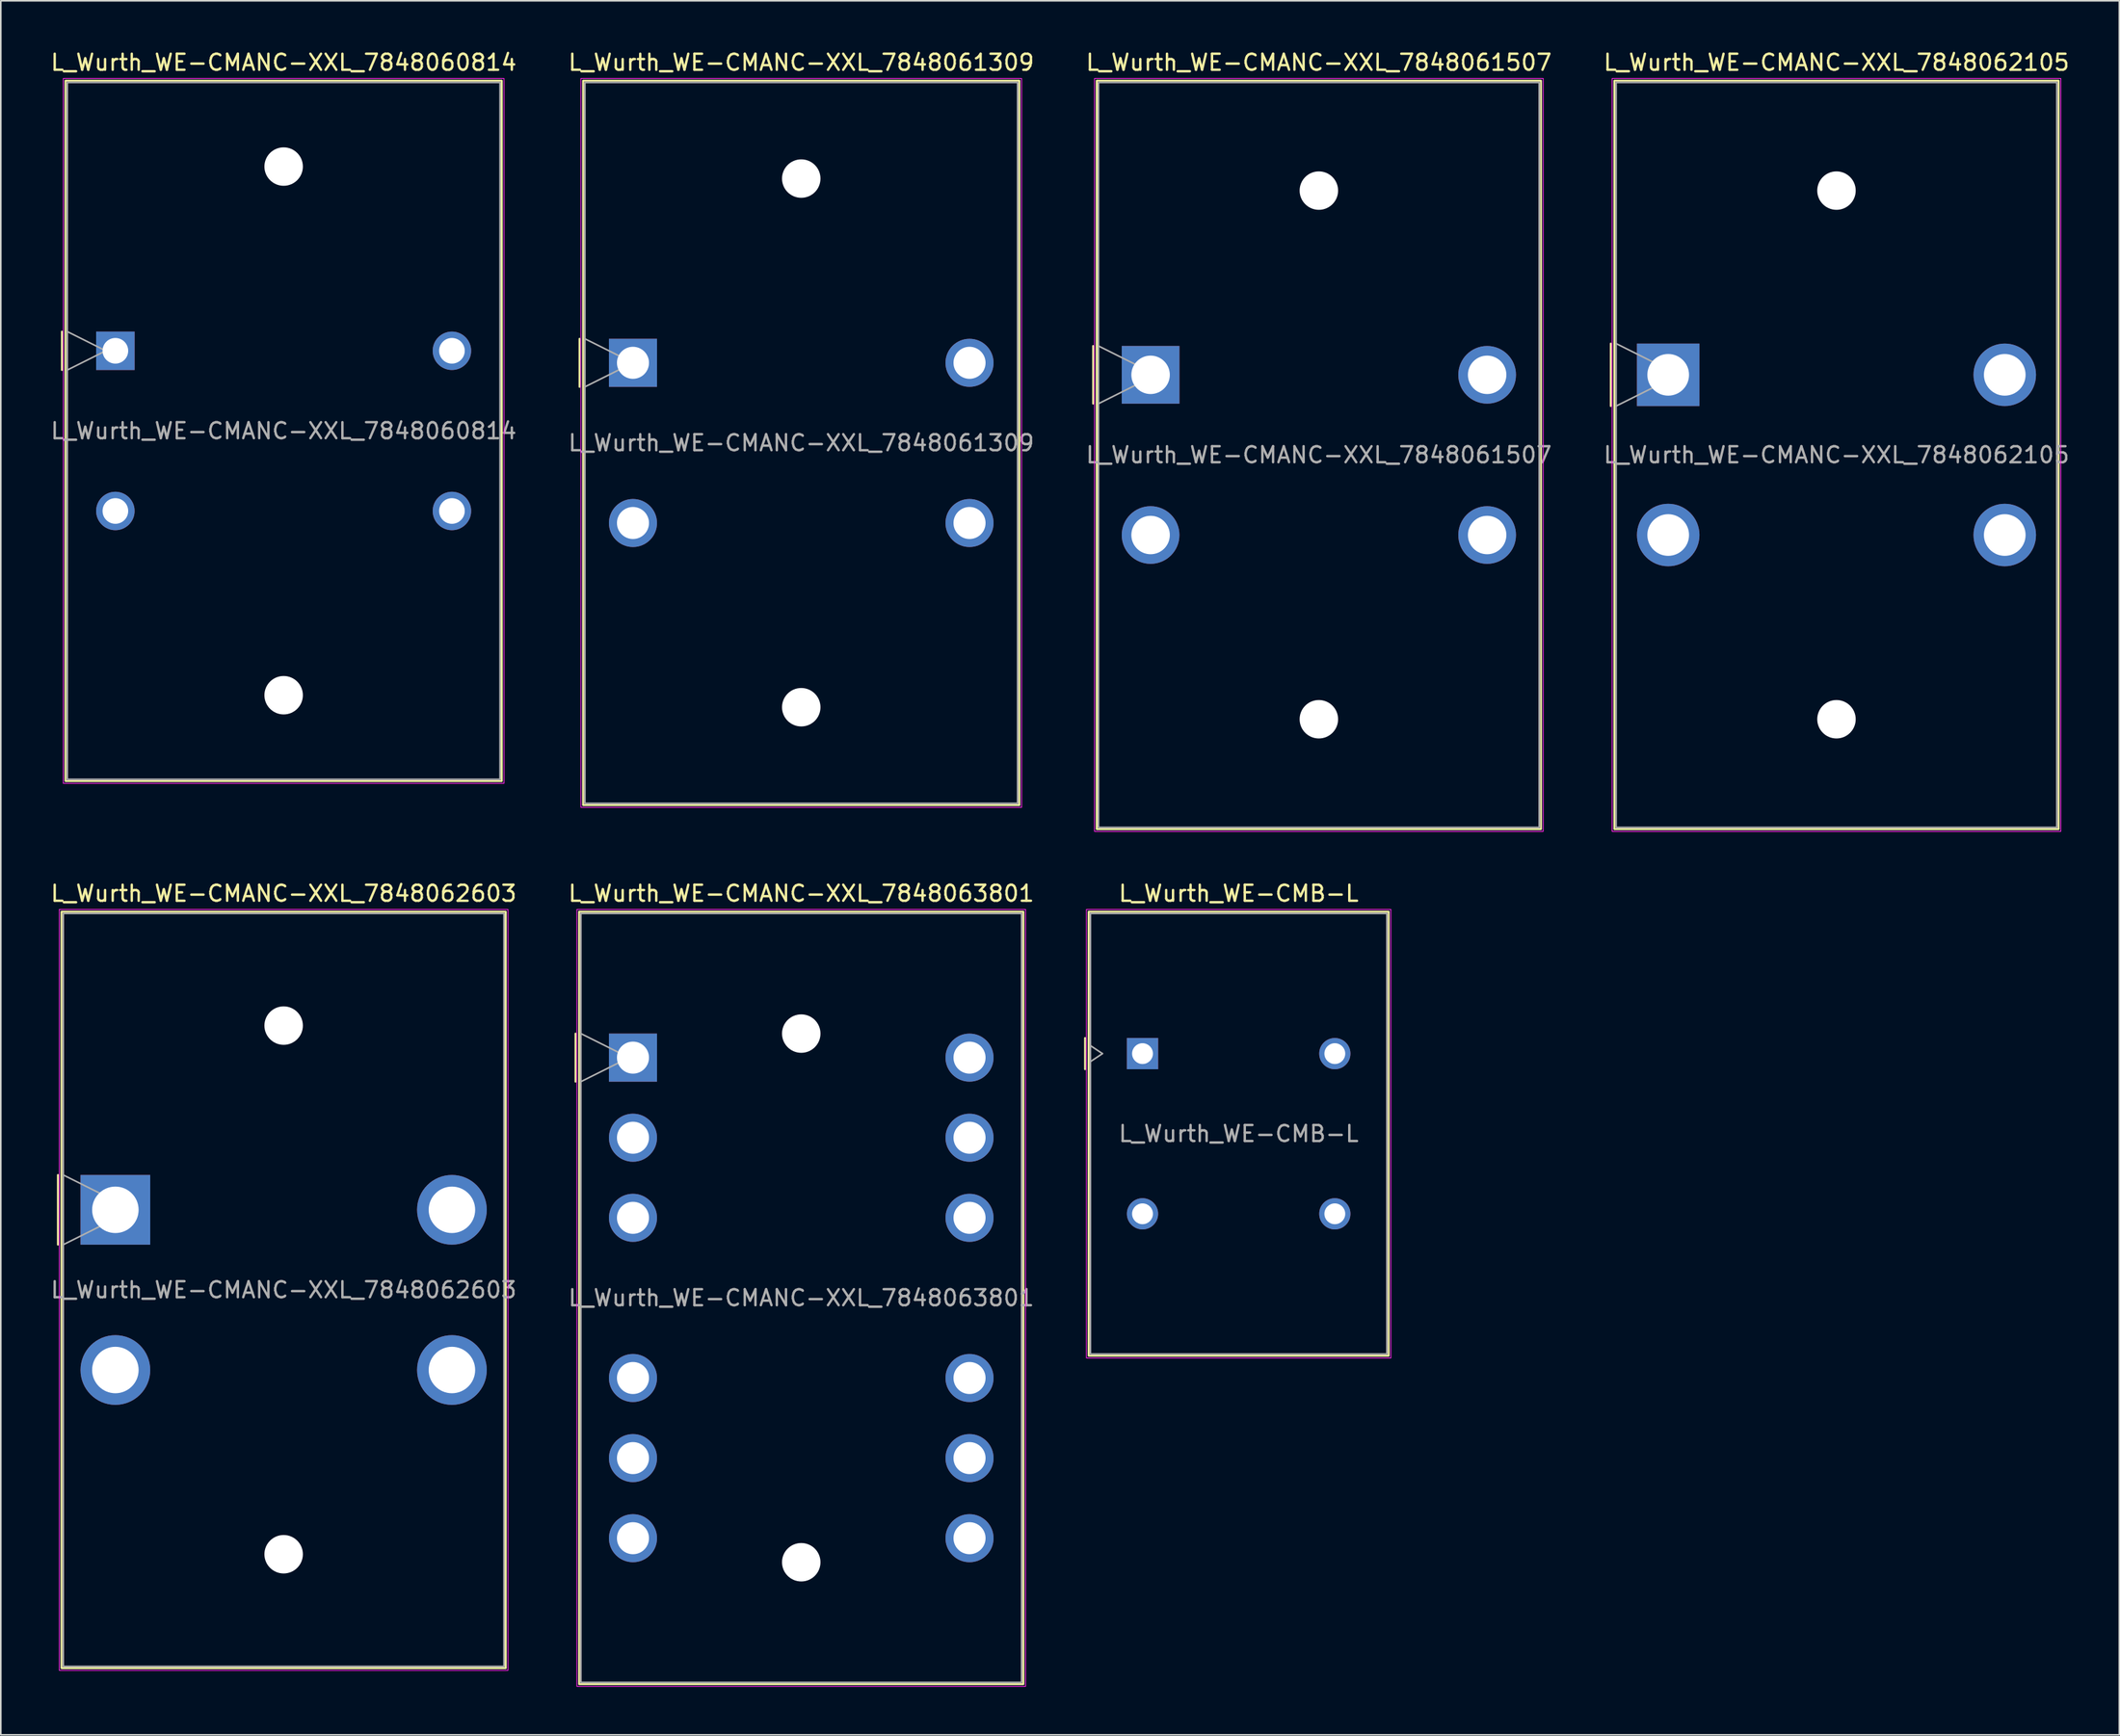
<source format=kicad_pcb>
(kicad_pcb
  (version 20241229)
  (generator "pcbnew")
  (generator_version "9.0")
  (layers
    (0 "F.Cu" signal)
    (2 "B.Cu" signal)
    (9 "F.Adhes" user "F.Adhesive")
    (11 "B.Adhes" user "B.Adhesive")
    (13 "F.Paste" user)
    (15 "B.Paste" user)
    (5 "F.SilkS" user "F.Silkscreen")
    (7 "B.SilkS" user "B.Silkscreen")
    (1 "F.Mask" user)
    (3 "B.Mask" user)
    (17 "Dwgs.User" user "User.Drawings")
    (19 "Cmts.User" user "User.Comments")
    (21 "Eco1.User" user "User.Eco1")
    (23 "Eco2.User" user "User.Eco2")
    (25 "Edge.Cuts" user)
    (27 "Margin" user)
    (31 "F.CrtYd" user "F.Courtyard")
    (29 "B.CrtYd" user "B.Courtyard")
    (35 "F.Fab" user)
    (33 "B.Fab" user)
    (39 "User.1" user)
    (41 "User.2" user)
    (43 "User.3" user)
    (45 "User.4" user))
  (footprint "L_Wurth_WE-CMANC-XXL_7848063801"
    (layer "F.Cu")
    (at 36.446 62.971)
    (property "Reference" "L_Wurth_WE-CMANC-XXL_7848063801" (at 10.5 -10.25 0) (unlocked yes) (layer "F.SilkS") (effects (font (size 1 1) (thickness 0.15))))
    (attr through_hole)
    (fp_line (start -3.585 -1.5) (end -3.585 1.5) (stroke (width 0.12) (type solid)) (layer "F.SilkS"))
    (fp_rect (start -3.36 -9.11) (end 24.36 39.11) (stroke (width 0.12) (type solid)) (fill no) (layer "F.SilkS"))
    (fp_rect (start -3.5 -9.25) (end 24.5 39.25) (stroke (width 0.05) (type solid)) (fill no) (layer "F.CrtYd"))
    (fp_line (start -3.25 -1.5) (end -0.25 0) (stroke (width 0.1) (type solid)) (layer "F.Fab"))
    (fp_line (start -3.25 1.5) (end -0.25 0) (stroke (width 0.1) (type solid)) (layer "F.Fab"))
    (fp_rect (start -3.25 -9) (end 24.25 39) (stroke (width 0.1) (type solid)) (fill no) (layer "F.Fab"))
    (fp_text user "${REFERENCE}" (at 10.5 15 0) (unlocked yes) (layer "F.Fab") (effects (font (size 1 1) (thickness 0.15))))
    (pad "" np_thru_hole circle (at 10.5 -1.5) (size 2.4 2.4) (drill 2.4) (layers "*.Cu" "*.Mask"))
    (pad "" np_thru_hole circle (at 10.5 31.5) (size 2.4 2.4) (drill 2.4) (layers "*.Cu" "*.Mask"))
    (pad "1" thru_hole rect (at 0 0) (size 3 3) (drill 2) (layers "*.Cu" "*.Mask"))
    (pad "2" thru_hole circle (at 0 5) (size 3 3) (drill 2) (layers "*.Cu" "*.Mask"))
    (pad "3" thru_hole circle (at 0 10) (size 3 3) (drill 2) (layers "*.Cu" "*.Mask"))
    (pad "4" thru_hole circle (at 0 20) (size 3 3) (drill 2) (layers "*.Cu" "*.Mask"))
    (pad "5.0" thru_hole circle (at 0 25) (size 3 3) (drill 2) (layers "*.Cu" "*.Mask"))
    (pad "6.0" thru_hole circle (at 0 30) (size 3 3) (drill 2) (layers "*.Cu" "*.Mask"))
    (pad "7.0" thru_hole circle (at 21 30) (size 3 3) (drill 2) (layers "*.Cu" "*.Mask"))
    (pad "8.0" thru_hole circle (at 21 25) (size 3 3) (drill 2) (layers "*.Cu" "*.Mask"))
    (pad "9.0" thru_hole circle (at 21 20) (size 3 3) (drill 2) (layers "*.Cu" "*.Mask"))
    (pad "10.0" thru_hole circle (at 21 10) (size 3 3) (drill 2) (layers "*.Cu" "*.Mask"))
    (pad "11.0" thru_hole circle (at 21 5) (size 3 3) (drill 2) (layers "*.Cu" "*.Mask"))
    (pad "12.0" thru_hole circle (at 21 0) (size 3 3) (drill 2) (layers "*.Cu" "*.Mask")))
  (footprint "L_Wurth_WE-CMB-L"
    (layer "F.Cu")
    (at 68.24 62.721)
    (property "Reference" "L_Wurth_WE-CMB-L" (at 6 -10 0) (unlocked yes) (layer "F.SilkS") (effects (font (size 1 1) (thickness 0.15))))
    (attr through_hole)
    (fp_line (start -3.585 -0.975) (end -3.585 0.975) (stroke (width 0.12) (type solid)) (layer "F.SilkS"))
    (fp_rect (start -3.36 -8.86) (end 15.36 18.86) (stroke (width 0.12) (type solid)) (fill no) (layer "F.SilkS"))
    (fp_rect (start -3.5 -9) (end 15.5 19) (stroke (width 0.05) (type solid)) (fill no) (layer "F.CrtYd"))
    (fp_line (start -3.25 -0.5) (end -2.5 0) (stroke (width 0.1) (type solid)) (layer "F.Fab"))
    (fp_line (start -2.5 0) (end -3.25 0.5) (stroke (width 0.1) (type solid)) (layer "F.Fab"))
    (fp_rect (start -3.25 -8.75) (end 15.25 18.75) (stroke (width 0.1) (type solid)) (fill no) (layer "F.Fab"))
    (fp_text user "${REFERENCE}" (at 6 5 0) (unlocked yes) (layer "F.Fab") (effects (font (size 1 1) (thickness 0.15))))
    (pad "1" thru_hole rect (at 0 0) (size 1.95 1.95) (drill 1.3) (layers "*.Cu" "*.Mask"))
    (pad "2" thru_hole circle (at 0 10) (size 1.95 1.95) (drill 1.3) (layers "*.Cu" "*.Mask"))
    (pad "3" thru_hole circle (at 12 10) (size 1.95 1.95) (drill 1.3) (layers "*.Cu" "*.Mask"))
    (pad "4" thru_hole circle (at 12 0) (size 1.95 1.95) (drill 1.3) (layers "*.Cu" "*.Mask")))
  (footprint "L_Wurth_WE-CMANC-XXL_7848061309"
    (layer "F.Cu")
    (at 36.446 19.598)
    (property "Reference" "L_Wurth_WE-CMANC-XXL_7848061309" (at 10.5 -18.75 0) (unlocked yes) (layer "F.SilkS") (effects (font (size 1 1) (thickness 0.15))))
    (attr through_hole)
    (fp_line (start -3.335 -1.5) (end -3.335 1.5) (stroke (width 0.12) (type solid)) (layer "F.SilkS"))
    (fp_rect (start -3.11 -17.61) (end 24.11 27.61) (stroke (width 0.12) (type solid)) (fill no) (layer "F.SilkS"))
    (fp_rect (start -3.25 -17.75) (end 24.25 27.75) (stroke (width 0.05) (type solid)) (fill no) (layer "F.CrtYd"))
    (fp_line (start -3 -1.5) (end 0 0) (stroke (width 0.1) (type solid)) (layer "F.Fab"))
    (fp_line (start -3 1.5) (end 0 0) (stroke (width 0.1) (type solid)) (layer "F.Fab"))
    (fp_rect (start -3 -17.5) (end 24 27.5) (stroke (width 0.1) (type solid)) (fill no) (layer "F.Fab"))
    (fp_text user "${REFERENCE}" (at 10.5 5 0) (unlocked yes) (layer "F.Fab") (effects (font (size 1 1) (thickness 0.15))))
    (pad "" np_thru_hole circle (at 10.5 -11.5) (size 2.4 2.4) (drill 2.4) (layers "*.Cu" "*.Mask"))
    (pad "" np_thru_hole circle (at 10.5 21.5) (size 2.4 2.4) (drill 2.4) (layers "*.Cu" "*.Mask"))
    (pad "1" thru_hole rect (at 0 0) (size 3 3) (drill 2) (layers "*.Cu" "*.Mask"))
    (pad "2" thru_hole circle (at 0 10) (size 3 3) (drill 2) (layers "*.Cu" "*.Mask"))
    (pad "3" thru_hole circle (at 21 10) (size 3 3) (drill 2) (layers "*.Cu" "*.Mask"))
    (pad "4" thru_hole circle (at 21 0) (size 3 3) (drill 2) (layers "*.Cu" "*.Mask")))
  (footprint "L_Wurth_WE-CMANC-XXL_7848062105"
    (layer "F.Cu")
    (at 101.042 20.348)
    (property "Reference" "L_Wurth_WE-CMANC-XXL_7848062105" (at 10.5 -19.5 0) (unlocked yes) (layer "F.SilkS") (effects (font (size 1 1) (thickness 0.15))))
    (attr through_hole)
    (fp_line (start -3.585 -1.95) (end -3.585 1.95) (stroke (width 0.12) (type solid)) (layer "F.SilkS"))
    (fp_rect (start -3.36 -18.36) (end 24.36 28.36) (stroke (width 0.12) (type solid)) (fill no) (layer "F.SilkS"))
    (fp_rect (start -3.5 -18.5) (end 24.5 28.5) (stroke (width 0.05) (type solid)) (fill no) (layer "F.CrtYd"))
    (fp_line (start -3.25 -1.95) (end 0.65 0) (stroke (width 0.1) (type solid)) (layer "F.Fab"))
    (fp_line (start -3.25 1.95) (end 0.65 0) (stroke (width 0.1) (type solid)) (layer "F.Fab"))
    (fp_rect (start -3.25 -18.25) (end 24.25 28.25) (stroke (width 0.1) (type solid)) (fill no) (layer "F.Fab"))
    (fp_text user "${REFERENCE}" (at 10.5 5 0) (unlocked yes) (layer "F.Fab") (effects (font (size 1 1) (thickness 0.15))))
    (pad "" np_thru_hole circle (at 10.5 -11.5) (size 2.4 2.4) (drill 2.4) (layers "*.Cu" "*.Mask"))
    (pad "" np_thru_hole circle (at 10.5 21.5) (size 2.4 2.4) (drill 2.4) (layers "*.Cu" "*.Mask"))
    (pad "1" thru_hole rect (at 0 0) (size 3.9 3.9) (drill 2.6) (layers "*.Cu" "*.Mask"))
    (pad "2" thru_hole circle (at 0 10) (size 3.9 3.9) (drill 2.6) (layers "*.Cu" "*.Mask"))
    (pad "3" thru_hole circle (at 21 10) (size 3.9 3.9) (drill 2.6) (layers "*.Cu" "*.Mask"))
    (pad "4" thru_hole circle (at 21 0) (size 3.9 3.9) (drill 2.6) (layers "*.Cu" "*.Mask")))
  (footprint "L_Wurth_WE-CMANC-XXL_7848062603"
    (layer "F.Cu")
    (at 4.149 72.472)
    (property "Reference" "L_Wurth_WE-CMANC-XXL_7848062603" (at 10.5 -19.75 0) (unlocked yes) (layer "F.SilkS") (effects (font (size 1 1) (thickness 0.15))))
    (attr through_hole)
    (fp_line (start -3.585 -2.175) (end -3.585 2.175) (stroke (width 0.12) (type solid)) (layer "F.SilkS"))
    (fp_rect (start -3.36 -18.61) (end 24.36 28.61) (stroke (width 0.12) (type solid)) (fill no) (layer "F.SilkS"))
    (fp_rect (start -3.5 -18.75) (end 24.5 28.75) (stroke (width 0.05) (type solid)) (fill no) (layer "F.CrtYd"))
    (fp_line (start -3.25 -2.175) (end 1.1 0) (stroke (width 0.1) (type solid)) (layer "F.Fab"))
    (fp_line (start -3.25 2.175) (end 1.1 0) (stroke (width 0.1) (type solid)) (layer "F.Fab"))
    (fp_rect (start -3.25 -18.5) (end 24.25 28.5) (stroke (width 0.1) (type solid)) (fill no) (layer "F.Fab"))
    (fp_text user "${REFERENCE}" (at 10.5 5 0) (unlocked yes) (layer "F.Fab") (effects (font (size 1 1) (thickness 0.15))))
    (pad "" np_thru_hole circle (at 10.5 -11.5) (size 2.4 2.4) (drill 2.4) (layers "*.Cu" "*.Mask"))
    (pad "" np_thru_hole circle (at 10.5 21.5) (size 2.4 2.4) (drill 2.4) (layers "*.Cu" "*.Mask"))
    (pad "1" thru_hole rect (at 0 0) (size 4.35 4.35) (drill 2.9) (layers "*.Cu" "*.Mask"))
    (pad "2" thru_hole circle (at 0 10) (size 4.35 4.35) (drill 2.9) (layers "*.Cu" "*.Mask"))
    (pad "3" thru_hole circle (at 21 10) (size 4.35 4.35) (drill 2.9) (layers "*.Cu" "*.Mask"))
    (pad "4" thru_hole circle (at 21 0) (size 4.35 4.35) (drill 2.9) (layers "*.Cu" "*.Mask")))
  (footprint "L_Wurth_WE-CMANC-XXL_7848061507"
    (layer "F.Cu")
    (at 68.744 20.348)
    (property "Reference" "L_Wurth_WE-CMANC-XXL_7848061507" (at 10.5 -19.5 0) (unlocked yes) (layer "F.SilkS") (effects (font (size 1 1) (thickness 0.15))))
    (attr through_hole)
    (fp_line (start -3.585 -1.8) (end -3.585 1.8) (stroke (width 0.12) (type solid)) (layer "F.SilkS"))
    (fp_rect (start -3.36 -18.36) (end 24.36 28.36) (stroke (width 0.12) (type solid)) (fill no) (layer "F.SilkS"))
    (fp_rect (start -3.5 -18.5) (end 24.5 28.5) (stroke (width 0.05) (type solid)) (fill no) (layer "F.CrtYd"))
    (fp_line (start -3.25 -1.8) (end 0.35 0) (stroke (width 0.1) (type solid)) (layer "F.Fab"))
    (fp_line (start -3.25 1.8) (end 0.35 0) (stroke (width 0.1) (type solid)) (layer "F.Fab"))
    (fp_rect (start -3.25 -18.25) (end 24.25 28.25) (stroke (width 0.1) (type solid)) (fill no) (layer "F.Fab"))
    (fp_text user "${REFERENCE}" (at 10.5 5 0) (unlocked yes) (layer "F.Fab") (effects (font (size 1 1) (thickness 0.15))))
    (pad "" np_thru_hole circle (at 10.5 -11.5) (size 2.4 2.4) (drill 2.4) (layers "*.Cu" "*.Mask"))
    (pad "" np_thru_hole circle (at 10.5 21.5) (size 2.4 2.4) (drill 2.4) (layers "*.Cu" "*.Mask"))
    (pad "1" thru_hole rect (at 0 0) (size 3.6 3.6) (drill 2.4) (layers "*.Cu" "*.Mask"))
    (pad "2" thru_hole circle (at 0 10) (size 3.6 3.6) (drill 2.4) (layers "*.Cu" "*.Mask"))
    (pad "3" thru_hole circle (at 21 10) (size 3.6 3.6) (drill 2.4) (layers "*.Cu" "*.Mask"))
    (pad "4" thru_hole circle (at 21 0) (size 3.6 3.6) (drill 2.4) (layers "*.Cu" "*.Mask")))
  (footprint "L_Wurth_WE-CMANC-XXL_7848060814"
    (layer "F.Cu")
    (at 4.149 18.848)
    (property "Reference" "L_Wurth_WE-CMANC-XXL_7848060814" (at 10.5 -18 0) (unlocked yes) (layer "F.SilkS") (effects (font (size 1 1) (thickness 0.15))))
    (attr through_hole)
    (fp_line (start -3.335 -1.2) (end -3.335 1.2) (stroke (width 0.12) (type solid)) (layer "F.SilkS"))
    (fp_rect (start -3.11 -16.86) (end 24.11 26.86) (stroke (width 0.12) (type solid)) (fill no) (layer "F.SilkS"))
    (fp_rect (start -3.25 -17) (end 24.25 27) (stroke (width 0.05) (type solid)) (fill no) (layer "F.CrtYd"))
    (fp_line (start -3 -1.2) (end -0.6 0) (stroke (width 0.1) (type solid)) (layer "F.Fab"))
    (fp_line (start -3 1.2) (end -0.6 0) (stroke (width 0.1) (type solid)) (layer "F.Fab"))
    (fp_rect (start -3 -16.75) (end 24 26.75) (stroke (width 0.1) (type solid)) (fill no) (layer "F.Fab"))
    (fp_text user "${REFERENCE}" (at 10.5 5 0) (unlocked yes) (layer "F.Fab") (effects (font (size 1 1) (thickness 0.15))))
    (pad "" np_thru_hole circle (at 10.5 -11.5) (size 2.4 2.4) (drill 2.4) (layers "*.Cu" "*.Mask"))
    (pad "" np_thru_hole circle (at 10.5 21.5) (size 2.4 2.4) (drill 2.4) (layers "*.Cu" "*.Mask"))
    (pad "1" thru_hole rect (at 0 0) (size 2.4 2.4) (drill 1.6) (layers "*.Cu" "*.Mask"))
    (pad "2" thru_hole circle (at 0 10) (size 2.4 2.4) (drill 1.6) (layers "*.Cu" "*.Mask"))
    (pad "3" thru_hole circle (at 21 10) (size 2.4 2.4) (drill 1.6) (layers "*.Cu" "*.Mask"))
    (pad "4" thru_hole circle (at 21 0) (size 2.4 2.4) (drill 1.6) (layers "*.Cu" "*.Mask")))
  (gr_rect
    (start -3 -3)
    (end 129.19 105.246)
    (stroke (width 0.1) (type default))
    (fill no)
    (layer "Edge.Cuts")))
</source>
